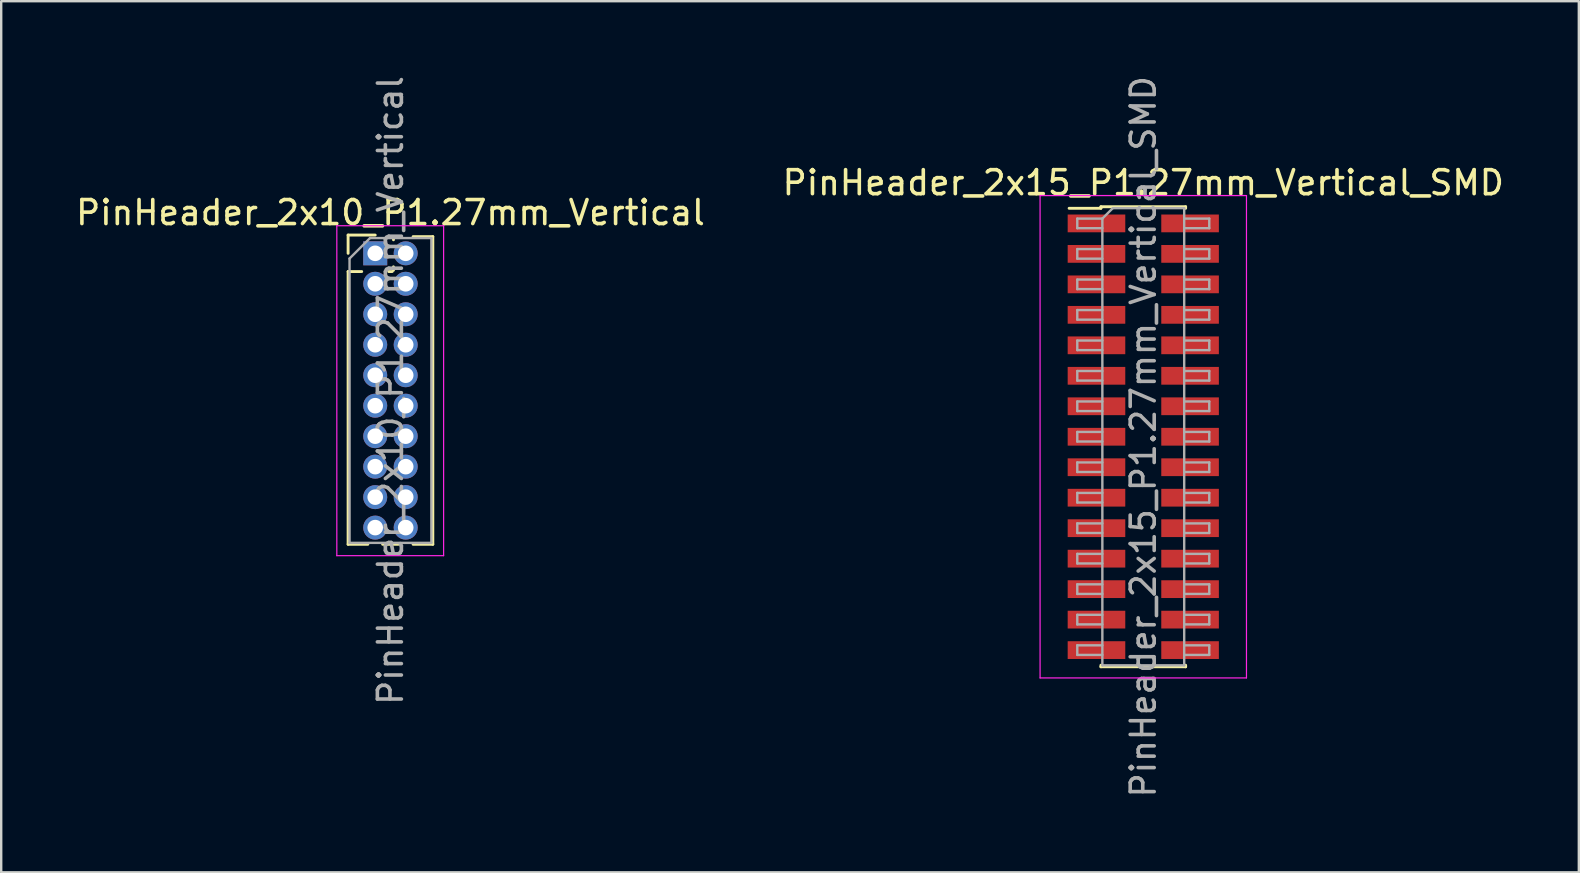
<source format=kicad_pcb>
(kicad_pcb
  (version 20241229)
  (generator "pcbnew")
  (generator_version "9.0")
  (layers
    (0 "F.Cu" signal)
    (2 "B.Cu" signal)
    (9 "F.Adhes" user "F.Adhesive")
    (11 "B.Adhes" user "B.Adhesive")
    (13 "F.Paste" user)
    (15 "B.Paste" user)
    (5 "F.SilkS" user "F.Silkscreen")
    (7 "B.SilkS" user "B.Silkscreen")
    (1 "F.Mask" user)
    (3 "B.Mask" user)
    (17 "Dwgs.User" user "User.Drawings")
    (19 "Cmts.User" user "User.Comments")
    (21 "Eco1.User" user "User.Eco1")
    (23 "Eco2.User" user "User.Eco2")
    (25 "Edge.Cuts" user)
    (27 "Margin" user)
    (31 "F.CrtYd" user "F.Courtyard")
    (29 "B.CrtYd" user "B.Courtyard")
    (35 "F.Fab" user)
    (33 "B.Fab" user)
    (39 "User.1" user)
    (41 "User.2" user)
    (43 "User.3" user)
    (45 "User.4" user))
  (footprint "PinHeader_2x10_P1.27mm_Vertical"
    (layer "F.Cu")
    (at 12.585 7.505)
    (property "Reference" "PinHeader_2x10_P1.27mm_Vertical" (at 0.635 -1.695 0) (layer "F.SilkS") (effects (font (size 1 1) (thickness 0.15))))
    (attr through_hole)
    (fp_line (start -1.13 -0.76) (end 0 -0.76) (stroke (width 0.12) (type solid)) (layer "F.SilkS"))
    (fp_line (start -1.13 0) (end -1.13 -0.76) (stroke (width 0.12) (type solid)) (layer "F.SilkS"))
    (fp_line (start -1.13 0.76) (end -1.13 12.125) (stroke (width 0.12) (type solid)) (layer "F.SilkS"))
    (fp_line (start -1.13 0.76) (end -0.563 0.76) (stroke (width 0.12) (type solid)) (layer "F.SilkS"))
    (fp_line (start -1.13 12.125) (end -0.308 12.125) (stroke (width 0.12) (type solid)) (layer "F.SilkS"))
    (fp_line (start 0.308 12.125) (end 0.962 12.125) (stroke (width 0.12) (type solid)) (layer "F.SilkS"))
    (fp_line (start 0.563 0.76) (end 0.707 0.76) (stroke (width 0.12) (type solid)) (layer "F.SilkS"))
    (fp_line (start 0.76 -0.695) (end 0.962 -0.695) (stroke (width 0.12) (type solid)) (layer "F.SilkS"))
    (fp_line (start 0.76 -0.563) (end 0.76 -0.695) (stroke (width 0.12) (type solid)) (layer "F.SilkS"))
    (fp_line (start 0.76 0.707) (end 0.76 0.563) (stroke (width 0.12) (type solid)) (layer "F.SilkS"))
    (fp_line (start 1.578 -0.695) (end 2.4 -0.695) (stroke (width 0.12) (type solid)) (layer "F.SilkS"))
    (fp_line (start 1.578 12.125) (end 2.4 12.125) (stroke (width 0.12) (type solid)) (layer "F.SilkS"))
    (fp_line (start 2.4 -0.695) (end 2.4 12.125) (stroke (width 0.12) (type solid)) (layer "F.SilkS"))
    (fp_line (start -1.6 -1.15) (end -1.6 12.6) (stroke (width 0.05) (type solid)) (layer "F.CrtYd"))
    (fp_line (start -1.6 12.6) (end 2.85 12.6) (stroke (width 0.05) (type solid)) (layer "F.CrtYd"))
    (fp_line (start 2.85 -1.15) (end -1.6 -1.15) (stroke (width 0.05) (type solid)) (layer "F.CrtYd"))
    (fp_line (start 2.85 12.6) (end 2.85 -1.15) (stroke (width 0.05) (type solid)) (layer "F.CrtYd"))
    (fp_line (start -1.07 0.217) (end -0.217 -0.635) (stroke (width 0.1) (type solid)) (layer "F.Fab"))
    (fp_line (start -1.07 12.065) (end -1.07 0.217) (stroke (width 0.1) (type solid)) (layer "F.Fab"))
    (fp_line (start -0.217 -0.635) (end 2.34 -0.635) (stroke (width 0.1) (type solid)) (layer "F.Fab"))
    (fp_line (start 2.34 -0.635) (end 2.34 12.065) (stroke (width 0.1) (type solid)) (layer "F.Fab"))
    (fp_line (start 2.34 12.065) (end -1.07 12.065) (stroke (width 0.1) (type solid)) (layer "F.Fab"))
    (fp_text user "${REFERENCE}" (at 0.635 5.715 90) (layer "F.Fab") (effects (font (size 1 1) (thickness 0.15))))
    (pad "1" thru_hole rect (at 0 0) (size 1 1) (drill 0.65) (layers "*.Cu" "*.Mask"))
    (pad "2" thru_hole oval (at 1.27 0) (size 1 1) (drill 0.65) (layers "*.Cu" "*.Mask"))
    (pad "3" thru_hole oval (at 0 1.27) (size 1 1) (drill 0.65) (layers "*.Cu" "*.Mask"))
    (pad "4" thru_hole oval (at 1.27 1.27) (size 1 1) (drill 0.65) (layers "*.Cu" "*.Mask"))
    (pad "5" thru_hole oval (at 0 2.54) (size 1 1) (drill 0.65) (layers "*.Cu" "*.Mask"))
    (pad "6" thru_hole oval (at 1.27 2.54) (size 1 1) (drill 0.65) (layers "*.Cu" "*.Mask"))
    (pad "7" thru_hole oval (at 0 3.81) (size 1 1) (drill 0.65) (layers "*.Cu" "*.Mask"))
    (pad "8" thru_hole oval (at 1.27 3.81) (size 1 1) (drill 0.65) (layers "*.Cu" "*.Mask"))
    (pad "9" thru_hole oval (at 0 5.08) (size 1 1) (drill 0.65) (layers "*.Cu" "*.Mask"))
    (pad "10" thru_hole oval (at 1.27 5.08) (size 1 1) (drill 0.65) (layers "*.Cu" "*.Mask"))
    (pad "11" thru_hole oval (at 0 6.35) (size 1 1) (drill 0.65) (layers "*.Cu" "*.Mask"))
    (pad "12" thru_hole oval (at 1.27 6.35) (size 1 1) (drill 0.65) (layers "*.Cu" "*.Mask"))
    (pad "13" thru_hole oval (at 0 7.62) (size 1 1) (drill 0.65) (layers "*.Cu" "*.Mask"))
    (pad "14" thru_hole oval (at 1.27 7.62) (size 1 1) (drill 0.65) (layers "*.Cu" "*.Mask"))
    (pad "15" thru_hole oval (at 0 8.89) (size 1 1) (drill 0.65) (layers "*.Cu" "*.Mask"))
    (pad "16" thru_hole oval (at 1.27 8.89) (size 1 1) (drill 0.65) (layers "*.Cu" "*.Mask"))
    (pad "17" thru_hole oval (at 0 10.16) (size 1 1) (drill 0.65) (layers "*.Cu" "*.Mask"))
    (pad "18" thru_hole oval (at 1.27 10.16) (size 1 1) (drill 0.65) (layers "*.Cu" "*.Mask"))
    (pad "19" thru_hole oval (at 0 11.43) (size 1 1) (drill 0.65) (layers "*.Cu" "*.Mask"))
    (pad "20" thru_hole oval (at 1.27 11.43) (size 1 1) (drill 0.65) (layers "*.Cu" "*.Mask")))
  (footprint "PinHeader_2x15_P1.27mm_Vertical_SMD"
    (layer "F.Cu")
    (at 44.589 15.149)
    (property "Reference" "PinHeader_2x15_P1.27mm_Vertical_SMD" (at 0 -10.585 0) (layer "F.SilkS") (effects (font (size 1 1) (thickness 0.15))))
    (attr smd)
    (fp_line (start -3.09 -9.52) (end -1.765 -9.52) (stroke (width 0.12) (type solid)) (layer "F.SilkS"))
    (fp_line (start -1.765 -9.585) (end -1.765 -9.52) (stroke (width 0.12) (type solid)) (layer "F.SilkS"))
    (fp_line (start -1.765 -9.585) (end 1.765 -9.585) (stroke (width 0.12) (type solid)) (layer "F.SilkS"))
    (fp_line (start -1.765 9.52) (end -1.765 9.585) (stroke (width 0.12) (type solid)) (layer "F.SilkS"))
    (fp_line (start -1.765 9.585) (end 1.765 9.585) (stroke (width 0.12) (type solid)) (layer "F.SilkS"))
    (fp_line (start 1.765 -9.585) (end 1.765 -9.52) (stroke (width 0.12) (type solid)) (layer "F.SilkS"))
    (fp_line (start 1.765 9.52) (end 1.765 9.585) (stroke (width 0.12) (type solid)) (layer "F.SilkS"))
    (fp_line (start -4.3 -10.05) (end -4.3 10.05) (stroke (width 0.05) (type solid)) (layer "F.CrtYd"))
    (fp_line (start -4.3 10.05) (end 4.3 10.05) (stroke (width 0.05) (type solid)) (layer "F.CrtYd"))
    (fp_line (start 4.3 -10.05) (end -4.3 -10.05) (stroke (width 0.05) (type solid)) (layer "F.CrtYd"))
    (fp_line (start 4.3 10.05) (end 4.3 -10.05) (stroke (width 0.05) (type solid)) (layer "F.CrtYd"))
    (fp_line (start -2.75 -9.09) (end -2.75 -8.69) (stroke (width 0.1) (type solid)) (layer "F.Fab"))
    (fp_line (start -2.75 -8.69) (end -1.705 -8.69) (stroke (width 0.1) (type solid)) (layer "F.Fab"))
    (fp_line (start -2.75 -7.82) (end -2.75 -7.42) (stroke (width 0.1) (type solid)) (layer "F.Fab"))
    (fp_line (start -2.75 -7.42) (end -1.705 -7.42) (stroke (width 0.1) (type solid)) (layer "F.Fab"))
    (fp_line (start -2.75 -6.55) (end -2.75 -6.15) (stroke (width 0.1) (type solid)) (layer "F.Fab"))
    (fp_line (start -2.75 -6.15) (end -1.705 -6.15) (stroke (width 0.1) (type solid)) (layer "F.Fab"))
    (fp_line (start -2.75 -5.28) (end -2.75 -4.88) (stroke (width 0.1) (type solid)) (layer "F.Fab"))
    (fp_line (start -2.75 -4.88) (end -1.705 -4.88) (stroke (width 0.1) (type solid)) (layer "F.Fab"))
    (fp_line (start -2.75 -4.01) (end -2.75 -3.61) (stroke (width 0.1) (type solid)) (layer "F.Fab"))
    (fp_line (start -2.75 -3.61) (end -1.705 -3.61) (stroke (width 0.1) (type solid)) (layer "F.Fab"))
    (fp_line (start -2.75 -2.74) (end -2.75 -2.34) (stroke (width 0.1) (type solid)) (layer "F.Fab"))
    (fp_line (start -2.75 -2.34) (end -1.705 -2.34) (stroke (width 0.1) (type solid)) (layer "F.Fab"))
    (fp_line (start -2.75 -1.47) (end -2.75 -1.07) (stroke (width 0.1) (type solid)) (layer "F.Fab"))
    (fp_line (start -2.75 -1.07) (end -1.705 -1.07) (stroke (width 0.1) (type solid)) (layer "F.Fab"))
    (fp_line (start -2.75 -0.2) (end -2.75 0.2) (stroke (width 0.1) (type solid)) (layer "F.Fab"))
    (fp_line (start -2.75 0.2) (end -1.705 0.2) (stroke (width 0.1) (type solid)) (layer "F.Fab"))
    (fp_line (start -2.75 1.07) (end -2.75 1.47) (stroke (width 0.1) (type solid)) (layer "F.Fab"))
    (fp_line (start -2.75 1.47) (end -1.705 1.47) (stroke (width 0.1) (type solid)) (layer "F.Fab"))
    (fp_line (start -2.75 2.34) (end -2.75 2.74) (stroke (width 0.1) (type solid)) (layer "F.Fab"))
    (fp_line (start -2.75 2.74) (end -1.705 2.74) (stroke (width 0.1) (type solid)) (layer "F.Fab"))
    (fp_line (start -2.75 3.61) (end -2.75 4.01) (stroke (width 0.1) (type solid)) (layer "F.Fab"))
    (fp_line (start -2.75 4.01) (end -1.705 4.01) (stroke (width 0.1) (type solid)) (layer "F.Fab"))
    (fp_line (start -2.75 4.88) (end -2.75 5.28) (stroke (width 0.1) (type solid)) (layer "F.Fab"))
    (fp_line (start -2.75 5.28) (end -1.705 5.28) (stroke (width 0.1) (type solid)) (layer "F.Fab"))
    (fp_line (start -2.75 6.15) (end -2.75 6.55) (stroke (width 0.1) (type solid)) (layer "F.Fab"))
    (fp_line (start -2.75 6.55) (end -1.705 6.55) (stroke (width 0.1) (type solid)) (layer "F.Fab"))
    (fp_line (start -2.75 7.42) (end -2.75 7.82) (stroke (width 0.1) (type solid)) (layer "F.Fab"))
    (fp_line (start -2.75 7.82) (end -1.705 7.82) (stroke (width 0.1) (type solid)) (layer "F.Fab"))
    (fp_line (start -2.75 8.69) (end -2.75 9.09) (stroke (width 0.1) (type solid)) (layer "F.Fab"))
    (fp_line (start -2.75 9.09) (end -1.705 9.09) (stroke (width 0.1) (type solid)) (layer "F.Fab"))
    (fp_line (start -1.705 -9.09) (end -2.75 -9.09) (stroke (width 0.1) (type solid)) (layer "F.Fab"))
    (fp_line (start -1.705 -9.09) (end -1.27 -9.525) (stroke (width 0.1) (type solid)) (layer "F.Fab"))
    (fp_line (start -1.705 -7.82) (end -2.75 -7.82) (stroke (width 0.1) (type solid)) (layer "F.Fab"))
    (fp_line (start -1.705 -6.55) (end -2.75 -6.55) (stroke (width 0.1) (type solid)) (layer "F.Fab"))
    (fp_line (start -1.705 -5.28) (end -2.75 -5.28) (stroke (width 0.1) (type solid)) (layer "F.Fab"))
    (fp_line (start -1.705 -4.01) (end -2.75 -4.01) (stroke (width 0.1) (type solid)) (layer "F.Fab"))
    (fp_line (start -1.705 -2.74) (end -2.75 -2.74) (stroke (width 0.1) (type solid)) (layer "F.Fab"))
    (fp_line (start -1.705 -1.47) (end -2.75 -1.47) (stroke (width 0.1) (type solid)) (layer "F.Fab"))
    (fp_line (start -1.705 -0.2) (end -2.75 -0.2) (stroke (width 0.1) (type solid)) (layer "F.Fab"))
    (fp_line (start -1.705 1.07) (end -2.75 1.07) (stroke (width 0.1) (type solid)) (layer "F.Fab"))
    (fp_line (start -1.705 2.34) (end -2.75 2.34) (stroke (width 0.1) (type solid)) (layer "F.Fab"))
    (fp_line (start -1.705 3.61) (end -2.75 3.61) (stroke (width 0.1) (type solid)) (layer "F.Fab"))
    (fp_line (start -1.705 4.88) (end -2.75 4.88) (stroke (width 0.1) (type solid)) (layer "F.Fab"))
    (fp_line (start -1.705 6.15) (end -2.75 6.15) (stroke (width 0.1) (type solid)) (layer "F.Fab"))
    (fp_line (start -1.705 7.42) (end -2.75 7.42) (stroke (width 0.1) (type solid)) (layer "F.Fab"))
    (fp_line (start -1.705 8.69) (end -2.75 8.69) (stroke (width 0.1) (type solid)) (layer "F.Fab"))
    (fp_line (start -1.705 9.525) (end -1.705 -9.09) (stroke (width 0.1) (type solid)) (layer "F.Fab"))
    (fp_line (start -1.27 -9.525) (end 1.705 -9.525) (stroke (width 0.1) (type solid)) (layer "F.Fab"))
    (fp_line (start 1.705 -9.525) (end 1.705 9.525) (stroke (width 0.1) (type solid)) (layer "F.Fab"))
    (fp_line (start 1.705 -9.09) (end 2.75 -9.09) (stroke (width 0.1) (type solid)) (layer "F.Fab"))
    (fp_line (start 1.705 -7.82) (end 2.75 -7.82) (stroke (width 0.1) (type solid)) (layer "F.Fab"))
    (fp_line (start 1.705 -6.55) (end 2.75 -6.55) (stroke (width 0.1) (type solid)) (layer "F.Fab"))
    (fp_line (start 1.705 -5.28) (end 2.75 -5.28) (stroke (width 0.1) (type solid)) (layer "F.Fab"))
    (fp_line (start 1.705 -4.01) (end 2.75 -4.01) (stroke (width 0.1) (type solid)) (layer "F.Fab"))
    (fp_line (start 1.705 -2.74) (end 2.75 -2.74) (stroke (width 0.1) (type solid)) (layer "F.Fab"))
    (fp_line (start 1.705 -1.47) (end 2.75 -1.47) (stroke (width 0.1) (type solid)) (layer "F.Fab"))
    (fp_line (start 1.705 -0.2) (end 2.75 -0.2) (stroke (width 0.1) (type solid)) (layer "F.Fab"))
    (fp_line (start 1.705 1.07) (end 2.75 1.07) (stroke (width 0.1) (type solid)) (layer "F.Fab"))
    (fp_line (start 1.705 2.34) (end 2.75 2.34) (stroke (width 0.1) (type solid)) (layer "F.Fab"))
    (fp_line (start 1.705 3.61) (end 2.75 3.61) (stroke (width 0.1) (type solid)) (layer "F.Fab"))
    (fp_line (start 1.705 4.88) (end 2.75 4.88) (stroke (width 0.1) (type solid)) (layer "F.Fab"))
    (fp_line (start 1.705 6.15) (end 2.75 6.15) (stroke (width 0.1) (type solid)) (layer "F.Fab"))
    (fp_line (start 1.705 7.42) (end 2.75 7.42) (stroke (width 0.1) (type solid)) (layer "F.Fab"))
    (fp_line (start 1.705 8.69) (end 2.75 8.69) (stroke (width 0.1) (type solid)) (layer "F.Fab"))
    (fp_line (start 1.705 9.525) (end -1.705 9.525) (stroke (width 0.1) (type solid)) (layer "F.Fab"))
    (fp_line (start 2.75 -9.09) (end 2.75 -8.69) (stroke (width 0.1) (type solid)) (layer "F.Fab"))
    (fp_line (start 2.75 -8.69) (end 1.705 -8.69) (stroke (width 0.1) (type solid)) (layer "F.Fab"))
    (fp_line (start 2.75 -7.82) (end 2.75 -7.42) (stroke (width 0.1) (type solid)) (layer "F.Fab"))
    (fp_line (start 2.75 -7.42) (end 1.705 -7.42) (stroke (width 0.1) (type solid)) (layer "F.Fab"))
    (fp_line (start 2.75 -6.55) (end 2.75 -6.15) (stroke (width 0.1) (type solid)) (layer "F.Fab"))
    (fp_line (start 2.75 -6.15) (end 1.705 -6.15) (stroke (width 0.1) (type solid)) (layer "F.Fab"))
    (fp_line (start 2.75 -5.28) (end 2.75 -4.88) (stroke (width 0.1) (type solid)) (layer "F.Fab"))
    (fp_line (start 2.75 -4.88) (end 1.705 -4.88) (stroke (width 0.1) (type solid)) (layer "F.Fab"))
    (fp_line (start 2.75 -4.01) (end 2.75 -3.61) (stroke (width 0.1) (type solid)) (layer "F.Fab"))
    (fp_line (start 2.75 -3.61) (end 1.705 -3.61) (stroke (width 0.1) (type solid)) (layer "F.Fab"))
    (fp_line (start 2.75 -2.74) (end 2.75 -2.34) (stroke (width 0.1) (type solid)) (layer "F.Fab"))
    (fp_line (start 2.75 -2.34) (end 1.705 -2.34) (stroke (width 0.1) (type solid)) (layer "F.Fab"))
    (fp_line (start 2.75 -1.47) (end 2.75 -1.07) (stroke (width 0.1) (type solid)) (layer "F.Fab"))
    (fp_line (start 2.75 -1.07) (end 1.705 -1.07) (stroke (width 0.1) (type solid)) (layer "F.Fab"))
    (fp_line (start 2.75 -0.2) (end 2.75 0.2) (stroke (width 0.1) (type solid)) (layer "F.Fab"))
    (fp_line (start 2.75 0.2) (end 1.705 0.2) (stroke (width 0.1) (type solid)) (layer "F.Fab"))
    (fp_line (start 2.75 1.07) (end 2.75 1.47) (stroke (width 0.1) (type solid)) (layer "F.Fab"))
    (fp_line (start 2.75 1.47) (end 1.705 1.47) (stroke (width 0.1) (type solid)) (layer "F.Fab"))
    (fp_line (start 2.75 2.34) (end 2.75 2.74) (stroke (width 0.1) (type solid)) (layer "F.Fab"))
    (fp_line (start 2.75 2.74) (end 1.705 2.74) (stroke (width 0.1) (type solid)) (layer "F.Fab"))
    (fp_line (start 2.75 3.61) (end 2.75 4.01) (stroke (width 0.1) (type solid)) (layer "F.Fab"))
    (fp_line (start 2.75 4.01) (end 1.705 4.01) (stroke (width 0.1) (type solid)) (layer "F.Fab"))
    (fp_line (start 2.75 4.88) (end 2.75 5.28) (stroke (width 0.1) (type solid)) (layer "F.Fab"))
    (fp_line (start 2.75 5.28) (end 1.705 5.28) (stroke (width 0.1) (type solid)) (layer "F.Fab"))
    (fp_line (start 2.75 6.15) (end 2.75 6.55) (stroke (width 0.1) (type solid)) (layer "F.Fab"))
    (fp_line (start 2.75 6.55) (end 1.705 6.55) (stroke (width 0.1) (type solid)) (layer "F.Fab"))
    (fp_line (start 2.75 7.42) (end 2.75 7.82) (stroke (width 0.1) (type solid)) (layer "F.Fab"))
    (fp_line (start 2.75 7.82) (end 1.705 7.82) (stroke (width 0.1) (type solid)) (layer "F.Fab"))
    (fp_line (start 2.75 8.69) (end 2.75 9.09) (stroke (width 0.1) (type solid)) (layer "F.Fab"))
    (fp_line (start 2.75 9.09) (end 1.705 9.09) (stroke (width 0.1) (type solid)) (layer "F.Fab"))
    (fp_text user "${REFERENCE}" (at 0 0 90) (layer "F.Fab") (effects (font (size 1 1) (thickness 0.15))))
    (pad "1" smd rect (at -1.95 -8.89) (size 2.4 0.74) (layers "F.Cu" "F.Mask" "F.Paste"))
    (pad "2" smd rect (at 1.95 -8.89) (size 2.4 0.74) (layers "F.Cu" "F.Mask" "F.Paste"))
    (pad "3" smd rect (at -1.95 -7.62) (size 2.4 0.74) (layers "F.Cu" "F.Mask" "F.Paste"))
    (pad "4" smd rect (at 1.95 -7.62) (size 2.4 0.74) (layers "F.Cu" "F.Mask" "F.Paste"))
    (pad "5" smd rect (at -1.95 -6.35) (size 2.4 0.74) (layers "F.Cu" "F.Mask" "F.Paste"))
    (pad "6" smd rect (at 1.95 -6.35) (size 2.4 0.74) (layers "F.Cu" "F.Mask" "F.Paste"))
    (pad "7" smd rect (at -1.95 -5.08) (size 2.4 0.74) (layers "F.Cu" "F.Mask" "F.Paste"))
    (pad "8" smd rect (at 1.95 -5.08) (size 2.4 0.74) (layers "F.Cu" "F.Mask" "F.Paste"))
    (pad "9" smd rect (at -1.95 -3.81) (size 2.4 0.74) (layers "F.Cu" "F.Mask" "F.Paste"))
    (pad "10" smd rect (at 1.95 -3.81) (size 2.4 0.74) (layers "F.Cu" "F.Mask" "F.Paste"))
    (pad "11" smd rect (at -1.95 -2.54) (size 2.4 0.74) (layers "F.Cu" "F.Mask" "F.Paste"))
    (pad "12" smd rect (at 1.95 -2.54) (size 2.4 0.74) (layers "F.Cu" "F.Mask" "F.Paste"))
    (pad "13" smd rect (at -1.95 -1.27) (size 2.4 0.74) (layers "F.Cu" "F.Mask" "F.Paste"))
    (pad "14" smd rect (at 1.95 -1.27) (size 2.4 0.74) (layers "F.Cu" "F.Mask" "F.Paste"))
    (pad "15" smd rect (at -1.95 0) (size 2.4 0.74) (layers "F.Cu" "F.Mask" "F.Paste"))
    (pad "16" smd rect (at 1.95 0) (size 2.4 0.74) (layers "F.Cu" "F.Mask" "F.Paste"))
    (pad "17" smd rect (at -1.95 1.27) (size 2.4 0.74) (layers "F.Cu" "F.Mask" "F.Paste"))
    (pad "18" smd rect (at 1.95 1.27) (size 2.4 0.74) (layers "F.Cu" "F.Mask" "F.Paste"))
    (pad "19" smd rect (at -1.95 2.54) (size 2.4 0.74) (layers "F.Cu" "F.Mask" "F.Paste"))
    (pad "20" smd rect (at 1.95 2.54) (size 2.4 0.74) (layers "F.Cu" "F.Mask" "F.Paste"))
    (pad "21" smd rect (at -1.95 3.81) (size 2.4 0.74) (layers "F.Cu" "F.Mask" "F.Paste"))
    (pad "22" smd rect (at 1.95 3.81) (size 2.4 0.74) (layers "F.Cu" "F.Mask" "F.Paste"))
    (pad "23" smd rect (at -1.95 5.08) (size 2.4 0.74) (layers "F.Cu" "F.Mask" "F.Paste"))
    (pad "24" smd rect (at 1.95 5.08) (size 2.4 0.74) (layers "F.Cu" "F.Mask" "F.Paste"))
    (pad "25" smd rect (at -1.95 6.35) (size 2.4 0.74) (layers "F.Cu" "F.Mask" "F.Paste"))
    (pad "26" smd rect (at 1.95 6.35) (size 2.4 0.74) (layers "F.Cu" "F.Mask" "F.Paste"))
    (pad "27" smd rect (at -1.95 7.62) (size 2.4 0.74) (layers "F.Cu" "F.Mask" "F.Paste"))
    (pad "28" smd rect (at 1.95 7.62) (size 2.4 0.74) (layers "F.Cu" "F.Mask" "F.Paste"))
    (pad "29" smd rect (at -1.95 8.89) (size 2.4 0.74) (layers "F.Cu" "F.Mask" "F.Paste"))
    (pad "30" smd rect (at 1.95 8.89) (size 2.4 0.74) (layers "F.Cu" "F.Mask" "F.Paste")))
  (gr_rect
    (start -3 -3)
    (end 62.738 33.298)
    (stroke (width 0.1) (type default))
    (fill no)
    (layer "Edge.Cuts")))
</source>
